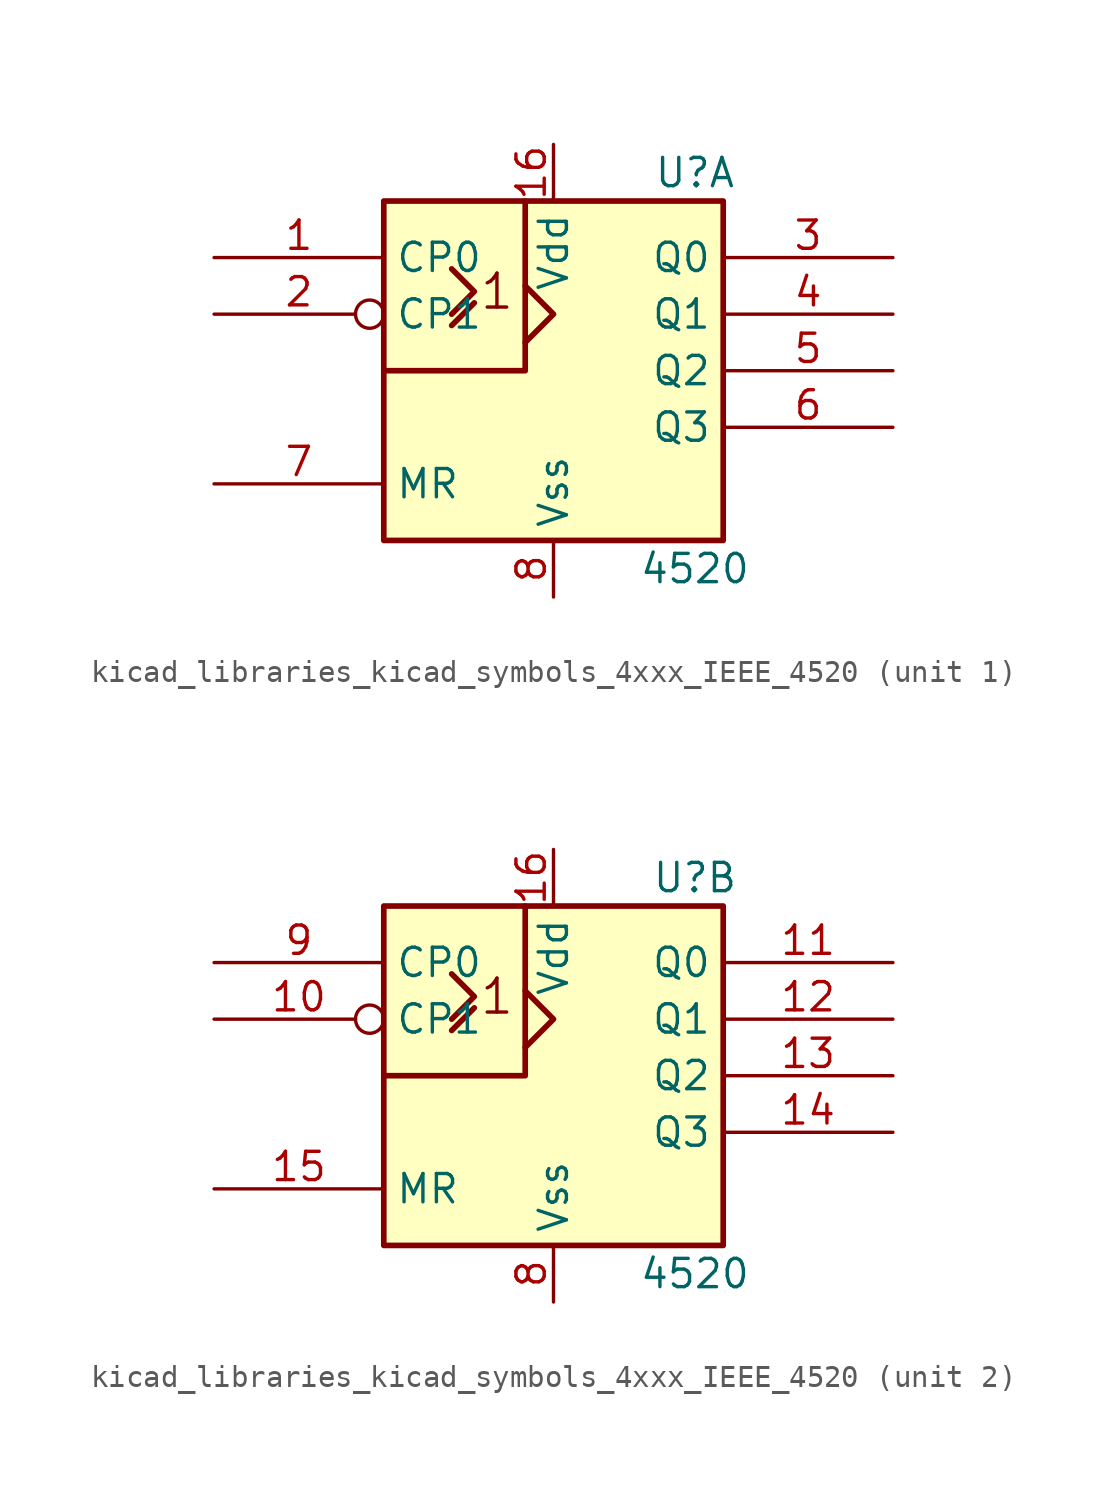
<source format=kicad_sym>
(kicad_symbol_lib
  (version 20220914)
  (generator kicad_symbol_editor)
  (symbol "kicad_libraries_kicad_symbols_4xxx_IEEE_4520"
    (property "Reference" "U"
      (at 6.35 8.89 0)
      (effects (font (size 1.27 1.27))))
    (property "Value" "4520"
      (at 6.35 -8.89 0)
      (effects (font (size 1.27 1.27))))
    (symbol "kicad_libraries_kicad_symbols_4xxx_IEEE_4520_0_0"
      (text "1" (at -2.54 3.556 0) (effects (font (size 1.524 1.524)))))
    (symbol "kicad_libraries_kicad_symbols_4xxx_IEEE_4520_0_1"
      (rectangle (start -7.62 7.62) (end 7.62 -7.62) (stroke (width 0.254) (type default)) (fill (type background)))
      (polyline (pts (xy -4.572 2.032) (xy -3.556 3.048) (xy -3.556 3.048)) (stroke (width 0.254) (type default)) (fill (type background)))
      (polyline (pts (xy -4.572 4.572) (xy -3.556 3.556) (xy -4.572 2.54) (xy -4.572 2.54)) (stroke (width 0.254) (type default)) (fill (type background)))
      (polyline (pts (xy -1.27 3.81) (xy 0 2.54) (xy -1.27 1.27) (xy -1.27 1.27)) (stroke (width 0.254) (type default)) (fill (type background)))
      (polyline (pts (xy -1.27 7.62) (xy -1.27 0) (xy -7.62 0) (xy -6.35 0)) (stroke (width 0.254) (type default)) (fill (type background)))
      (pin power_in line (at 0 10.16 270) (length 2.54) (name "Vdd" (effects (font (size 1.27 1.27)))) (number "16" (effects (font (size 1.27 1.27)))))
      (pin power_in line (at 0 -10.16 90) (length 2.54) (name "Vss" (effects (font (size 1.27 1.27)))) (number "8" (effects (font (size 1.27 1.27))))))
    (symbol "kicad_libraries_kicad_symbols_4xxx_IEEE_4520_1_1"
      (pin input line (at -15.24 5.08 0) (length 7.62) (name "CP0" (effects (font (size 1.27 1.27)))) (number "1" (effects (font (size 1.27 1.27)))))
      (pin input inverted (at -15.24 2.54 0) (length 7.62) (name "CP1" (effects (font (size 1.27 1.27)))) (number "2" (effects (font (size 1.27 1.27)))))
      (pin output line (at 15.24 5.08 180) (length 7.62) (name "Q0" (effects (font (size 1.27 1.27)))) (number "3" (effects (font (size 1.27 1.27)))))
      (pin output line (at 15.24 2.54 180) (length 7.62) (name "Q1" (effects (font (size 1.27 1.27)))) (number "4" (effects (font (size 1.27 1.27)))))
      (pin output line (at 15.24 0 180) (length 7.62) (name "Q2" (effects (font (size 1.27 1.27)))) (number "5" (effects (font (size 1.27 1.27)))))
      (pin output line (at 15.24 -2.54 180) (length 7.62) (name "Q3" (effects (font (size 1.27 1.27)))) (number "6" (effects (font (size 1.27 1.27)))))
      (pin input line (at -15.24 -5.08 0) (length 7.62) (name "MR" (effects (font (size 1.27 1.27)))) (number "7" (effects (font (size 1.27 1.27))))))
    (symbol "kicad_libraries_kicad_symbols_4xxx_IEEE_4520_2_1"
      (pin input inverted (at -15.24 2.54 0) (length 7.62) (name "CP1" (effects (font (size 1.27 1.27)))) (number "10" (effects (font (size 1.27 1.27)))))
      (pin output line (at 15.24 5.08 180) (length 7.62) (name "Q0" (effects (font (size 1.27 1.27)))) (number "11" (effects (font (size 1.27 1.27)))))
      (pin output line (at 15.24 2.54 180) (length 7.62) (name "Q1" (effects (font (size 1.27 1.27)))) (number "12" (effects (font (size 1.27 1.27)))))
      (pin output line (at 15.24 0 180) (length 7.62) (name "Q2" (effects (font (size 1.27 1.27)))) (number "13" (effects (font (size 1.27 1.27)))))
      (pin output line (at 15.24 -2.54 180) (length 7.62) (name "Q3" (effects (font (size 1.27 1.27)))) (number "14" (effects (font (size 1.27 1.27)))))
      (pin input line (at -15.24 -5.08 0) (length 7.62) (name "MR" (effects (font (size 1.27 1.27)))) (number "15" (effects (font (size 1.27 1.27)))))
      (pin input line (at -15.24 5.08 0) (length 7.62) (name "CP0" (effects (font (size 1.27 1.27)))) (number "9" (effects (font (size 1.27 1.27))))))))
</source>
